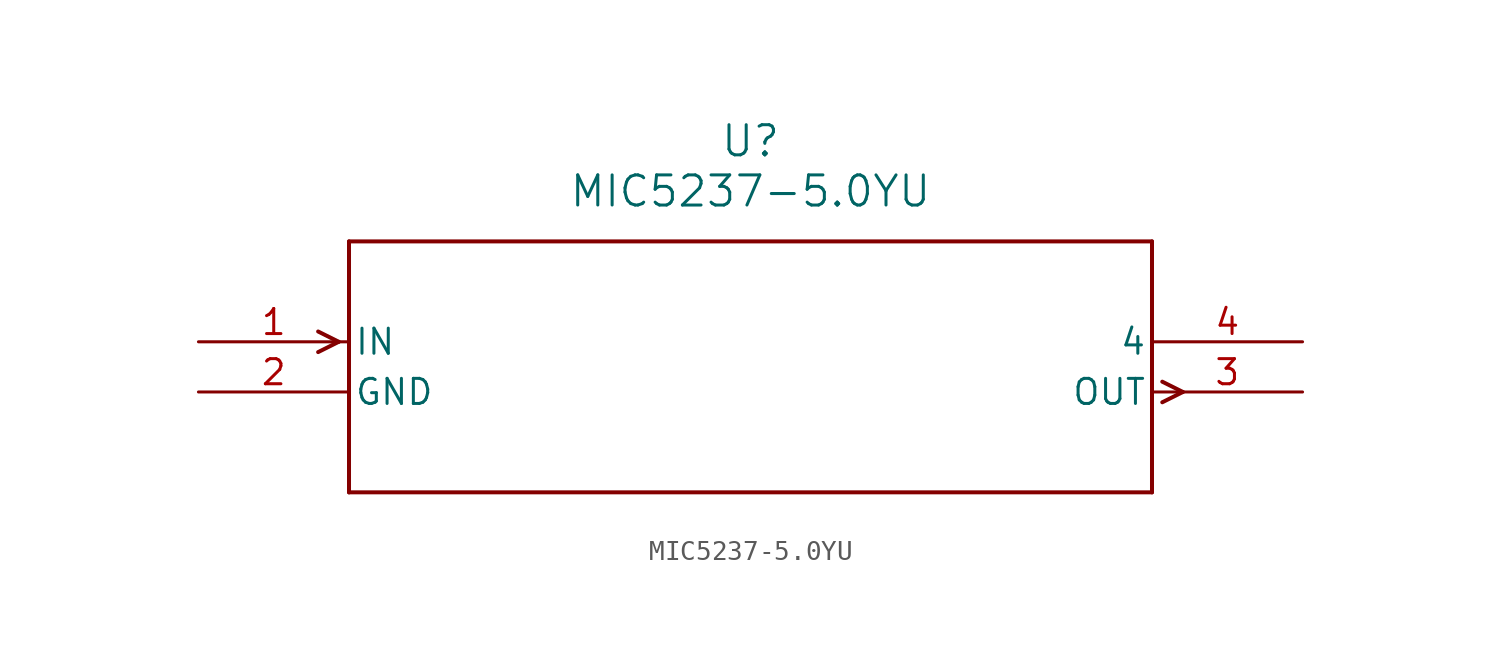
<source format=kicad_sym>
(kicad_symbol_lib
  (version 20211014)
  (generator kicad_symbol_editor)
  (symbol "MIC5237-5.0YU"
    (pin_names
      (offset 0.254))
    (property "Reference" "U"
      (at 27.94 10.16 0)
      (effects (font (size 1.524 1.524))))
    (property "Value" "MIC5237-5.0YU"
      (at 27.94 7.62 0)
      (effects (font (size 1.524 1.524))))
    (symbol "MIC5237-5.0YU_0_1"
      (polyline (pts (xy 7.099 0) (xy 6.058 0.521)) (stroke (width 0.203) (type default) (color 0 0 0 0)) (fill (type none)))
      (polyline (pts (xy 7.099 0) (xy 6.058 -0.521)) (stroke (width 0.203) (type default) (color 0 0 0 0)) (fill (type none)))
      (polyline (pts (xy 48.781 -2.019) (xy 49.822 -2.54)) (stroke (width 0.203) (type default) (color 0 0 0 0)) (fill (type none)))
      (polyline (pts (xy 48.781 -3.061) (xy 49.822 -2.54)) (stroke (width 0.203) (type default) (color 0 0 0 0)) (fill (type none)))
      (polyline (pts (xy 7.62 5.08) (xy 7.62 -7.62)) (stroke (width 0.203) (type default) (color 0 0 0 0)) (fill (type none)))
      (polyline (pts (xy 7.62 -7.62) (xy 48.26 -7.62)) (stroke (width 0.203) (type default) (color 0 0 0 0)) (fill (type none)))
      (polyline (pts (xy 48.26 -7.62) (xy 48.26 5.08)) (stroke (width 0.203) (type default) (color 0 0 0 0)) (fill (type none)))
      (polyline (pts (xy 48.26 5.08) (xy 7.62 5.08)) (stroke (width 0.203) (type default) (color 0 0 0 0)) (fill (type none)))
      (pin input line (at 0 0 0) (length 7.62) (name "IN" (effects (font (size 1.27 1.27)))) (number "1" (effects (font (size 1.27 1.27)))))
      (pin power_in line (at 0 -2.54 0) (length 7.62) (name "GND" (effects (font (size 1.27 1.27)))) (number "2" (effects (font (size 1.27 1.27)))))
      (pin output line (at 55.88 -2.54 180) (length 7.62) (name "OUT" (effects (font (size 1.27 1.27)))) (number "3" (effects (font (size 1.27 1.27)))))
      (pin unspecified line (at 55.88 0 180) (length 7.62) (name "4" (effects (font (size 1.27 1.27)))) (number "4" (effects (font (size 1.27 1.27))))))))
</source>
